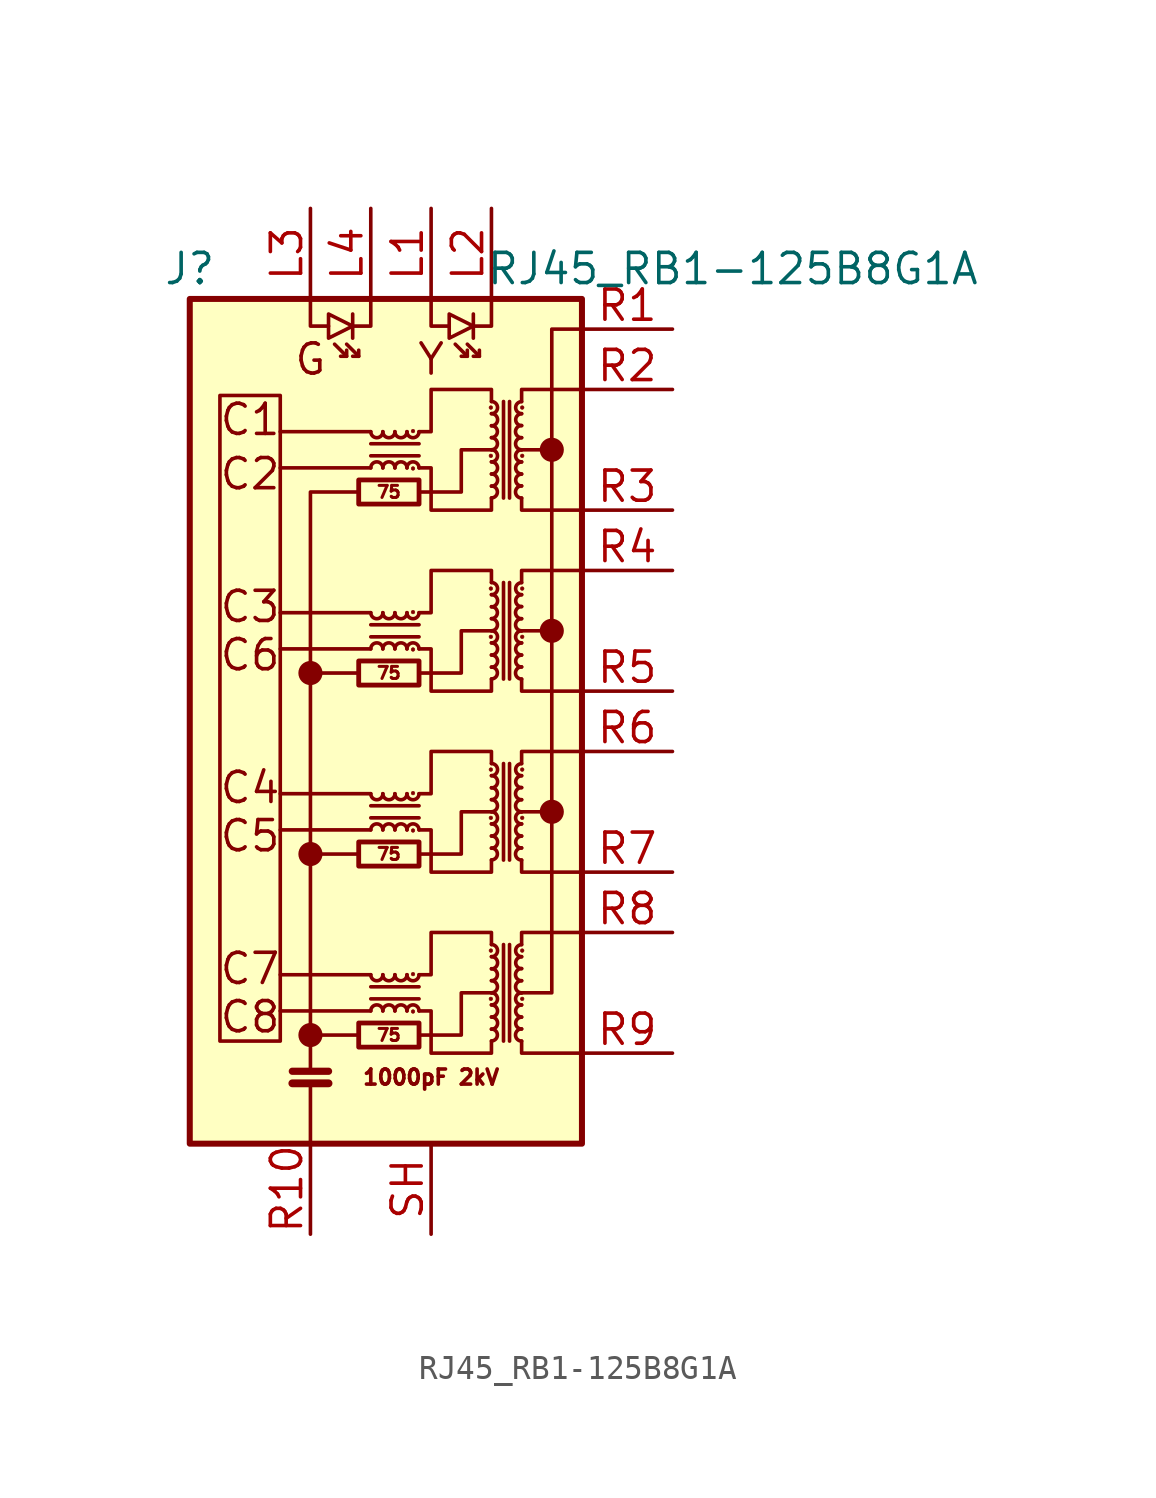
<source format=kicad_sym>
(kicad_symbol_lib
  (version 20241209)
  (generator "kicad_symbol_editor")
  (generator_version "9.0")
  (symbol "RJ45_RB1-125B8G1A"
    (pin_names
      (hide yes))
    (property "Reference" "J"
      (at -7.62 20.32 0)
      (effects (font (size 1.27 1.27))))
    (property "Value" "RJ45_RB1-125B8G1A"
      (at 15.24 20.32 0)
      (effects (font (size 1.27 1.27))))
    (symbol "RJ45_RB1-125B8G1A_0_0"
      (circle (center -2.54 3.302) (radius 0.0001) (stroke (width 0.508) (type default)) (fill (type none)))
      (circle (center -2.54 -4.318) (radius 0.0001) (stroke (width 0.508) (type default)) (fill (type none)))
      (circle (center -2.54 -11.938) (radius 0.0001) (stroke (width 0.508) (type default)) (fill (type none)))
      (polyline (pts (xy -0.508 -11.938) (xy -2.54 -11.938)) (stroke (width 0) (type default)) (fill (type none)))
      (polyline (pts (xy 0 13.462) (xy -3.81 13.462)) (stroke (width 0) (type default)) (fill (type none)))
      (polyline (pts (xy 0 11.938) (xy -3.81 11.938)) (stroke (width 0) (type default)) (fill (type none)))
      (polyline (pts (xy 0 5.842) (xy -3.81 5.842)) (stroke (width 0) (type default)) (fill (type none)))
      (polyline (pts (xy 0 4.318) (xy -3.81 4.318)) (stroke (width 0) (type default)) (fill (type none)))
      (polyline (pts (xy 0 -1.778) (xy -3.81 -1.778)) (stroke (width 0) (type default)) (fill (type none)))
      (polyline (pts (xy 0 -3.302) (xy -3.81 -3.302)) (stroke (width 0) (type default)) (fill (type none)))
      (polyline (pts (xy 0 -9.398) (xy -3.81 -9.398)) (stroke (width 0) (type default)) (fill (type none)))
      (polyline (pts (xy 0 -10.922) (xy -3.81 -10.922)) (stroke (width 0) (type default)) (fill (type none)))
      (polyline (pts (xy 2.032 10.922) (xy 3.81 10.922) (xy 3.81 12.7) (xy 5.08 12.7)) (stroke (width 0) (type default)) (fill (type none)))
      (polyline (pts (xy 2.032 3.302) (xy 3.81 3.302) (xy 3.81 5.08) (xy 5.08 5.08)) (stroke (width 0) (type default)) (fill (type none)))
      (polyline (pts (xy 2.032 -4.318) (xy 3.81 -4.318) (xy 3.81 -2.54) (xy 5.08 -2.54)) (stroke (width 0) (type default)) (fill (type none)))
      (polyline (pts (xy 2.032 -11.938) (xy 3.81 -11.938) (xy 3.81 -10.16) (xy 5.08 -10.16)) (stroke (width 0) (type default)) (fill (type none)))
      (polyline (pts (xy 6.35 5.08) (xy 7.62 5.08)) (stroke (width 0) (type default)) (fill (type none)))
      (polyline (pts (xy 7.62 12.7) (xy 6.35 12.7)) (stroke (width 0) (type default)) (fill (type none)))
      (circle (center 7.62 12.7) (radius 0.0001) (stroke (width 0.508) (type default)) (fill (type none)))
      (circle (center 7.62 5.08) (radius 0.0001) (stroke (width 0.508) (type default)) (fill (type none)))
      (polyline (pts (xy 7.62 -2.54) (xy 6.35 -2.54)) (stroke (width 0) (type default)) (fill (type none)))
      (circle (center 7.62 -2.54) (radius 0.0001) (stroke (width 0.508) (type default)) (fill (type none)))
      (text "C1" (at -5.08 13.97 0) (effects (font (size 1.27 1.27))))
      (text "C2" (at -5.08 11.684 0) (effects (font (size 1.27 1.27))))
      (text "C3" (at -5.08 6.096 0) (effects (font (size 1.27 1.27))))
      (text "C6" (at -5.08 4.064 0) (effects (font (size 1.27 1.27))))
      (text "C4" (at -5.08 -1.524 0) (effects (font (size 1.27 1.27))))
      (text "C5" (at -5.08 -3.556 0) (effects (font (size 1.27 1.27))))
      (text "C7" (at -5.08 -9.144 0) (effects (font (size 1.27 1.27))))
      (text "C8" (at -5.08 -11.176 0) (effects (font (size 1.27 1.27))))
      (text "G" (at -2.54 16.51 0) (effects (font (size 1.27 1.27))))
      (text "Y" (at 2.54 16.51 0) (effects (font (size 1.27 1.27))))
      (text "1000pF 2kV" (at 2.54 -13.716 0) (effects (font (size 0.635 0.635)))))
    (symbol "RJ45_RB1-125B8G1A_0_1"
      (rectangle (start -7.62 19.05) (end 8.89 -16.51) (stroke (width 0.254) (type default)) (fill (type background)))
      (rectangle (start -3.81 -12.192) (end -6.35 14.986) (stroke (width 0) (type default)) (fill (type none)))
      (polyline (pts (xy -3.302 -13.462) (xy -1.778 -13.462)) (stroke (width 0.305) (type default)) (fill (type none)))
      (polyline (pts (xy -3.302 -13.97) (xy -1.778 -13.97)) (stroke (width 0.33) (type default)) (fill (type none)))
      (polyline (pts (xy -2.54 19.05) (xy -2.54 17.907) (xy -1.778 17.907)) (stroke (width 0) (type default)) (fill (type none)))
      (polyline (pts (xy -2.54 3.302) (xy -0.508 3.302)) (stroke (width 0) (type default)) (fill (type none)))
      (polyline (pts (xy -2.54 -13.462) (xy -2.54 10.922) (xy -0.508 10.922)) (stroke (width 0) (type default)) (fill (type none)))
      (polyline (pts (xy -2.54 -16.51) (xy -2.54 -13.97)) (stroke (width 0) (type default)) (fill (type none)))
      (polyline (pts (xy -1.016 16.891) (xy -1.016 16.637) (xy -1.27 16.637)) (stroke (width 0) (type default)) (fill (type none)))
      (polyline (pts (xy -1.016 16.637) (xy -1.524 17.145)) (stroke (width 0) (type default)) (fill (type none)))
      (polyline (pts (xy -0.762 18.415) (xy -0.762 17.399)) (stroke (width 0) (type default)) (fill (type none)))
      (polyline (pts (xy -0.762 17.907) (xy -1.778 18.415) (xy -1.778 17.399) (xy -0.762 17.907)) (stroke (width 0) (type default)) (fill (type none)))
      (polyline (pts (xy -0.508 16.891) (xy -0.508 16.637) (xy -0.762 16.637)) (stroke (width 0) (type default)) (fill (type none)))
      (polyline (pts (xy -0.508 16.637) (xy -1.016 17.145)) (stroke (width 0) (type default)) (fill (type none)))
      (rectangle (start -0.508 10.414) (end 2.032 11.43) (stroke (width 0.203) (type default)) (fill (type none)))
      (rectangle (start -0.508 2.794) (end 2.032 3.81) (stroke (width 0.203) (type default)) (fill (type none)))
      (polyline (pts (xy -0.508 -4.318) (xy -2.54 -4.318)) (stroke (width 0) (type default)) (fill (type none)))
      (rectangle (start -0.508 -4.826) (end 2.032 -3.81) (stroke (width 0.203) (type default)) (fill (type none)))
      (rectangle (start -0.508 -12.446) (end 2.032 -11.43) (stroke (width 0.203) (type default)) (fill (type none)))
      (polyline (pts (xy 0 19.05) (xy 0 17.907) (xy -0.762 17.907)) (stroke (width 0) (type default)) (fill (type none)))
      (polyline (pts (xy 0 12.446) (xy 2.032 12.446)) (stroke (width 0) (type default)) (fill (type none)))
      (polyline (pts (xy 0 4.826) (xy 2.032 4.826)) (stroke (width 0) (type default)) (fill (type none)))
      (polyline (pts (xy 0 -2.794) (xy 2.032 -2.794)) (stroke (width 0) (type default)) (fill (type none)))
      (polyline (pts (xy 0 -10.414) (xy 2.032 -10.414)) (stroke (width 0) (type default)) (fill (type none)))
      (arc (start 0.508 13.462) (mid 0.254 13.2091) (end 0 13.462) (stroke (width 0) (type default)) (fill (type none)))
      (arc (start 0 11.938) (mid 0.254 12.1909) (end 0.508 11.938) (stroke (width 0) (type default)) (fill (type none)))
      (arc (start 0.508 5.842) (mid 0.254 5.5891) (end 0 5.842) (stroke (width 0) (type default)) (fill (type none)))
      (arc (start 0 4.318) (mid 0.254 4.5709) (end 0.508 4.318) (stroke (width 0) (type default)) (fill (type none)))
      (arc (start 0.508 -1.778) (mid 0.254 -2.0309) (end 0 -1.778) (stroke (width 0) (type default)) (fill (type none)))
      (arc (start 0 -3.302) (mid 0.254 -3.0491) (end 0.508 -3.302) (stroke (width 0) (type default)) (fill (type none)))
      (arc (start 0.508 -9.398) (mid 0.254 -9.6509) (end 0 -9.398) (stroke (width 0) (type default)) (fill (type none)))
      (arc (start 0 -10.922) (mid 0.254 -10.6691) (end 0.508 -10.922) (stroke (width 0) (type default)) (fill (type none)))
      (arc (start 1.016 13.462) (mid 0.762 13.2091) (end 0.508 13.462) (stroke (width 0) (type default)) (fill (type none)))
      (arc (start 0.508 11.938) (mid 0.762 12.1909) (end 1.016 11.938) (stroke (width 0) (type default)) (fill (type none)))
      (arc (start 1.016 5.842) (mid 0.762 5.5891) (end 0.508 5.842) (stroke (width 0) (type default)) (fill (type none)))
      (arc (start 0.508 4.318) (mid 0.762 4.5709) (end 1.016 4.318) (stroke (width 0) (type default)) (fill (type none)))
      (arc (start 1.016 -1.778) (mid 0.762 -2.0309) (end 0.508 -1.778) (stroke (width 0) (type default)) (fill (type none)))
      (arc (start 0.508 -3.302) (mid 0.762 -3.0491) (end 1.016 -3.302) (stroke (width 0) (type default)) (fill (type none)))
      (arc (start 1.016 -9.398) (mid 0.762 -9.6509) (end 0.508 -9.398) (stroke (width 0) (type default)) (fill (type none)))
      (arc (start 0.508 -10.922) (mid 0.762 -10.6691) (end 1.016 -10.922) (stroke (width 0) (type default)) (fill (type none)))
      (arc (start 1.524 13.462) (mid 1.27 13.2091) (end 1.016 13.462) (stroke (width 0) (type default)) (fill (type none)))
      (arc (start 1.016 11.938) (mid 1.27 12.1909) (end 1.524 11.938) (stroke (width 0) (type default)) (fill (type none)))
      (arc (start 1.524 5.842) (mid 1.27 5.5891) (end 1.016 5.842) (stroke (width 0) (type default)) (fill (type none)))
      (arc (start 1.016 4.318) (mid 1.27 4.5709) (end 1.524 4.318) (stroke (width 0) (type default)) (fill (type none)))
      (arc (start 1.524 -1.778) (mid 1.27 -2.0309) (end 1.016 -1.778) (stroke (width 0) (type default)) (fill (type none)))
      (arc (start 1.016 -3.302) (mid 1.27 -3.0491) (end 1.524 -3.302) (stroke (width 0) (type default)) (fill (type none)))
      (arc (start 1.524 -9.398) (mid 1.27 -9.6509) (end 1.016 -9.398) (stroke (width 0) (type default)) (fill (type none)))
      (arc (start 1.016 -10.922) (mid 1.27 -10.6691) (end 1.524 -10.922) (stroke (width 0) (type default)) (fill (type none)))
      (circle (center 1.778 13.487) (radius 0.076) (stroke (width 0.025) (type default)) (fill (type outline)))
      (arc (start 2.032 13.462) (mid 1.778 13.2091) (end 1.524 13.462) (stroke (width 0) (type default)) (fill (type none)))
      (arc (start 1.524 11.938) (mid 1.778 12.1909) (end 2.032 11.938) (stroke (width 0) (type default)) (fill (type none)))
      (circle (center 1.778 11.913) (radius 0.076) (stroke (width 0.025) (type default)) (fill (type outline)))
      (circle (center 1.778 5.867) (radius 0.076) (stroke (width 0.025) (type default)) (fill (type outline)))
      (arc (start 2.032 5.842) (mid 1.778 5.5891) (end 1.524 5.842) (stroke (width 0) (type default)) (fill (type none)))
      (arc (start 1.524 4.318) (mid 1.778 4.5709) (end 2.032 4.318) (stroke (width 0) (type default)) (fill (type none)))
      (circle (center 1.778 4.293) (radius 0.076) (stroke (width 0.025) (type default)) (fill (type outline)))
      (circle (center 1.778 -1.753) (radius 0.076) (stroke (width 0.025) (type default)) (fill (type outline)))
      (arc (start 2.032 -1.778) (mid 1.778 -2.0309) (end 1.524 -1.778) (stroke (width 0) (type default)) (fill (type none)))
      (arc (start 1.524 -3.302) (mid 1.778 -3.0491) (end 2.032 -3.302) (stroke (width 0) (type default)) (fill (type none)))
      (circle (center 1.778 -3.327) (radius 0.076) (stroke (width 0.025) (type default)) (fill (type outline)))
      (circle (center 1.778 -9.373) (radius 0.076) (stroke (width 0.025) (type default)) (fill (type outline)))
      (arc (start 2.032 -9.398) (mid 1.778 -9.6509) (end 1.524 -9.398) (stroke (width 0) (type default)) (fill (type none)))
      (arc (start 1.524 -10.922) (mid 1.778 -10.6691) (end 2.032 -10.922) (stroke (width 0) (type default)) (fill (type none)))
      (circle (center 1.778 -10.947) (radius 0.076) (stroke (width 0.025) (type default)) (fill (type outline)))
      (polyline (pts (xy 2.032 13.462) (xy 2.54 13.462) (xy 2.54 15.24) (xy 5.08 15.24) (xy 5.08 14.732)) (stroke (width 0) (type default)) (fill (type none)))
      (polyline (pts (xy 2.032 12.954) (xy 0 12.954)) (stroke (width 0) (type default)) (fill (type none)))
      (polyline (pts (xy 2.032 5.842) (xy 2.54 5.842) (xy 2.54 7.62) (xy 5.08 7.62) (xy 5.08 7.112)) (stroke (width 0) (type default)) (fill (type none)))
      (polyline (pts (xy 2.032 5.334) (xy 0 5.334)) (stroke (width 0) (type default)) (fill (type none)))
      (polyline (pts (xy 2.032 -1.778) (xy 2.54 -1.778) (xy 2.54 0) (xy 5.08 0) (xy 5.08 -0.508)) (stroke (width 0) (type default)) (fill (type none)))
      (polyline (pts (xy 2.032 -2.286) (xy 0 -2.286)) (stroke (width 0) (type default)) (fill (type none)))
      (polyline (pts (xy 2.032 -9.398) (xy 2.54 -9.398) (xy 2.54 -7.62) (xy 5.08 -7.62) (xy 5.08 -8.128)) (stroke (width 0) (type default)) (fill (type none)))
      (polyline (pts (xy 2.032 -9.906) (xy 0 -9.906)) (stroke (width 0) (type default)) (fill (type none)))
      (polyline (pts (xy 2.54 19.05) (xy 2.54 17.907) (xy 3.302 17.907)) (stroke (width 0) (type default)) (fill (type none)))
      (polyline (pts (xy 4.064 16.891) (xy 4.064 16.637) (xy 3.81 16.637)) (stroke (width 0) (type default)) (fill (type none)))
      (polyline (pts (xy 4.064 16.637) (xy 3.556 17.145)) (stroke (width 0) (type default)) (fill (type none)))
      (polyline (pts (xy 4.318 18.415) (xy 4.318 17.399)) (stroke (width 0) (type default)) (fill (type none)))
      (polyline (pts (xy 4.318 17.907) (xy 3.302 18.415) (xy 3.302 17.399) (xy 4.318 17.907)) (stroke (width 0) (type default)) (fill (type none)))
      (polyline (pts (xy 4.572 16.891) (xy 4.572 16.637) (xy 4.318 16.637)) (stroke (width 0) (type default)) (fill (type none)))
      (polyline (pts (xy 4.572 16.637) (xy 4.064 17.145)) (stroke (width 0) (type default)) (fill (type none)))
      (circle (center 5.055 14.478) (radius 0.076) (stroke (width 0.025) (type default)) (fill (type outline)))
      (circle (center 5.055 12.446) (radius 0.076) (stroke (width 0.025) (type default)) (fill (type outline)))
      (circle (center 5.055 6.858) (radius 0.076) (stroke (width 0.025) (type default)) (fill (type outline)))
      (circle (center 5.055 4.826) (radius 0.076) (stroke (width 0.025) (type default)) (fill (type outline)))
      (circle (center 5.055 -0.762) (radius 0.076) (stroke (width 0.025) (type default)) (fill (type outline)))
      (circle (center 5.055 -2.794) (radius 0.076) (stroke (width 0.025) (type default)) (fill (type outline)))
      (circle (center 5.055 -8.382) (radius 0.076) (stroke (width 0.025) (type default)) (fill (type outline)))
      (circle (center 5.055 -10.414) (radius 0.076) (stroke (width 0.025) (type default)) (fill (type outline)))
      (arc (start 5.08 14.224) (mid 5.3328 13.97) (end 5.08 13.716) (stroke (width 0) (type default)) (fill (type none)))
      (arc (start 5.08 11.684) (mid 5.3328 11.43) (end 5.08 11.176) (stroke (width 0) (type default)) (fill (type none)))
      (arc (start 5.08 6.604) (mid 5.3328 6.35) (end 5.08 6.096) (stroke (width 0) (type default)) (fill (type none)))
      (arc (start 5.08 4.064) (mid 5.3328 3.81) (end 5.08 3.556) (stroke (width 0) (type default)) (fill (type none)))
      (arc (start 5.08 -1.016) (mid 5.3328 -1.27) (end 5.08 -1.524) (stroke (width 0) (type default)) (fill (type none)))
      (arc (start 5.08 -3.556) (mid 5.3328 -3.81) (end 5.08 -4.064) (stroke (width 0) (type default)) (fill (type none)))
      (arc (start 5.08 -8.636) (mid 5.3328 -8.89) (end 5.08 -9.144) (stroke (width 0) (type default)) (fill (type none)))
      (arc (start 5.08 -11.176) (mid 5.3328 -11.43) (end 5.08 -11.684) (stroke (width 0) (type default)) (fill (type none)))
      (arc (start 5.08 14.732) (mid 5.333 14.478) (end 5.08 14.224) (stroke (width 0) (type default)) (fill (type none)))
      (arc (start 5.08 13.716) (mid 5.333 13.462) (end 5.08 13.208) (stroke (width 0) (type default)) (fill (type none)))
      (arc (start 5.08 13.208) (mid 5.333 12.954) (end 5.08 12.7) (stroke (width 0) (type default)) (fill (type none)))
      (arc (start 5.08 12.7) (mid 5.333 12.446) (end 5.08 12.192) (stroke (width 0) (type default)) (fill (type none)))
      (arc (start 5.08 12.192) (mid 5.333 11.938) (end 5.08 11.684) (stroke (width 0) (type default)) (fill (type none)))
      (arc (start 5.08 11.176) (mid 5.333 10.922) (end 5.08 10.668) (stroke (width 0) (type default)) (fill (type none)))
      (arc (start 5.08 7.112) (mid 5.333 6.858) (end 5.08 6.604) (stroke (width 0) (type default)) (fill (type none)))
      (arc (start 5.08 6.096) (mid 5.333 5.842) (end 5.08 5.588) (stroke (width 0) (type default)) (fill (type none)))
      (arc (start 5.08 5.588) (mid 5.333 5.334) (end 5.08 5.08) (stroke (width 0) (type default)) (fill (type none)))
      (arc (start 5.08 5.08) (mid 5.333 4.826) (end 5.08 4.572) (stroke (width 0) (type default)) (fill (type none)))
      (arc (start 5.08 4.572) (mid 5.333 4.318) (end 5.08 4.064) (stroke (width 0) (type default)) (fill (type none)))
      (arc (start 5.08 3.556) (mid 5.333 3.302) (end 5.08 3.048) (stroke (width 0) (type default)) (fill (type none)))
      (arc (start 5.08 -0.508) (mid 5.333 -0.762) (end 5.08 -1.016) (stroke (width 0) (type default)) (fill (type none)))
      (arc (start 5.08 -1.524) (mid 5.333 -1.778) (end 5.08 -2.032) (stroke (width 0) (type default)) (fill (type none)))
      (arc (start 5.08 -2.032) (mid 5.333 -2.286) (end 5.08 -2.54) (stroke (width 0) (type default)) (fill (type none)))
      (arc (start 5.08 -2.54) (mid 5.333 -2.794) (end 5.08 -3.048) (stroke (width 0) (type default)) (fill (type none)))
      (arc (start 5.08 -3.048) (mid 5.333 -3.302) (end 5.08 -3.556) (stroke (width 0) (type default)) (fill (type none)))
      (arc (start 5.08 -4.064) (mid 5.333 -4.318) (end 5.08 -4.572) (stroke (width 0) (type default)) (fill (type none)))
      (arc (start 5.08 -8.128) (mid 5.333 -8.382) (end 5.08 -8.636) (stroke (width 0) (type default)) (fill (type none)))
      (arc (start 5.08 -9.144) (mid 5.333 -9.398) (end 5.08 -9.652) (stroke (width 0) (type default)) (fill (type none)))
      (arc (start 5.08 -9.652) (mid 5.333 -9.906) (end 5.08 -10.16) (stroke (width 0) (type default)) (fill (type none)))
      (arc (start 5.08 -10.16) (mid 5.333 -10.414) (end 5.08 -10.668) (stroke (width 0) (type default)) (fill (type none)))
      (arc (start 5.08 -10.668) (mid 5.333 -10.922) (end 5.08 -11.176) (stroke (width 0) (type default)) (fill (type none)))
      (arc (start 5.08 -11.684) (mid 5.333 -11.938) (end 5.08 -12.192) (stroke (width 0) (type default)) (fill (type none)))
      (polyline (pts (xy 5.08 19.05) (xy 5.08 17.907) (xy 4.318 17.907)) (stroke (width 0) (type default)) (fill (type none)))
      (polyline (pts (xy 5.08 10.668) (xy 5.08 10.16) (xy 2.54 10.16) (xy 2.54 11.938) (xy 2.032 11.938)) (stroke (width 0) (type default)) (fill (type none)))
      (polyline (pts (xy 5.08 3.048) (xy 5.08 2.54) (xy 2.54 2.54) (xy 2.54 4.318) (xy 2.032 4.318)) (stroke (width 0) (type default)) (fill (type none)))
      (polyline (pts (xy 5.08 -4.572) (xy 5.08 -5.08) (xy 2.54 -5.08) (xy 2.54 -3.302) (xy 2.032 -3.302)) (stroke (width 0) (type default)) (fill (type none)))
      (polyline (pts (xy 5.08 -12.192) (xy 5.08 -12.7) (xy 2.54 -12.7) (xy 2.54 -10.922) (xy 2.032 -10.922)) (stroke (width 0) (type default)) (fill (type none)))
      (polyline (pts (xy 5.588 14.732) (xy 5.588 10.668)) (stroke (width 0) (type default)) (fill (type none)))
      (polyline (pts (xy 5.588 7.112) (xy 5.588 3.048)) (stroke (width 0) (type default)) (fill (type none)))
      (polyline (pts (xy 5.588 -0.508) (xy 5.588 -4.572)) (stroke (width 0) (type default)) (fill (type none)))
      (polyline (pts (xy 5.588 -8.128) (xy 5.588 -12.192)) (stroke (width 0) (type default)) (fill (type none)))
      (polyline (pts (xy 5.842 10.668) (xy 5.842 14.732)) (stroke (width 0) (type default)) (fill (type none)))
      (polyline (pts (xy 5.842 3.048) (xy 5.842 7.112)) (stroke (width 0) (type default)) (fill (type none)))
      (polyline (pts (xy 5.842 -4.572) (xy 5.842 -0.508)) (stroke (width 0) (type default)) (fill (type none)))
      (polyline (pts (xy 5.842 -12.192) (xy 5.842 -8.128)) (stroke (width 0) (type default)) (fill (type none)))
      (polyline (pts (xy 6.35 14.732) (xy 6.35 15.24) (xy 8.89 15.24)) (stroke (width 0) (type default)) (fill (type none)))
      (polyline (pts (xy 6.35 10.668) (xy 6.35 10.16) (xy 8.89 10.16)) (stroke (width 0) (type default)) (fill (type none)))
      (polyline (pts (xy 6.35 7.112) (xy 6.35 7.62) (xy 8.89 7.62)) (stroke (width 0) (type default)) (fill (type none)))
      (polyline (pts (xy 6.35 3.048) (xy 6.35 2.54) (xy 8.89 2.54)) (stroke (width 0) (type default)) (fill (type none)))
      (polyline (pts (xy 6.35 -0.508) (xy 6.35 0) (xy 8.89 0)) (stroke (width 0) (type default)) (fill (type none)))
      (polyline (pts (xy 6.35 -4.572) (xy 6.35 -5.08) (xy 8.89 -5.08)) (stroke (width 0) (type default)) (fill (type none)))
      (polyline (pts (xy 6.35 -8.128) (xy 6.35 -7.62) (xy 8.89 -7.62)) (stroke (width 0) (type default)) (fill (type none)))
      (polyline (pts (xy 6.35 -12.192) (xy 6.35 -12.7) (xy 8.89 -12.7)) (stroke (width 0) (type default)) (fill (type none)))
      (arc (start 6.35 14.224) (mid 6.097 14.478) (end 6.35 14.732) (stroke (width 0) (type default)) (fill (type none)))
      (arc (start 6.35 13.208) (mid 6.097 13.462) (end 6.35 13.716) (stroke (width 0) (type default)) (fill (type none)))
      (arc (start 6.35 12.7) (mid 6.097 12.954) (end 6.35 13.208) (stroke (width 0) (type default)) (fill (type none)))
      (arc (start 6.35 12.192) (mid 6.097 12.446) (end 6.35 12.7) (stroke (width 0) (type default)) (fill (type none)))
      (arc (start 6.35 11.684) (mid 6.097 11.938) (end 6.35 12.192) (stroke (width 0) (type default)) (fill (type none)))
      (arc (start 6.35 10.668) (mid 6.097 10.922) (end 6.35 11.176) (stroke (width 0) (type default)) (fill (type none)))
      (arc (start 6.35 6.604) (mid 6.097 6.858) (end 6.35 7.112) (stroke (width 0) (type default)) (fill (type none)))
      (arc (start 6.35 5.588) (mid 6.097 5.842) (end 6.35 6.096) (stroke (width 0) (type default)) (fill (type none)))
      (arc (start 6.35 5.08) (mid 6.097 5.334) (end 6.35 5.588) (stroke (width 0) (type default)) (fill (type none)))
      (arc (start 6.35 4.572) (mid 6.097 4.826) (end 6.35 5.08) (stroke (width 0) (type default)) (fill (type none)))
      (arc (start 6.35 4.064) (mid 6.097 4.318) (end 6.35 4.572) (stroke (width 0) (type default)) (fill (type none)))
      (arc (start 6.35 3.048) (mid 6.097 3.302) (end 6.35 3.556) (stroke (width 0) (type default)) (fill (type none)))
      (arc (start 6.35 -1.016) (mid 6.097 -0.762) (end 6.35 -0.508) (stroke (width 0) (type default)) (fill (type none)))
      (arc (start 6.35 -2.032) (mid 6.097 -1.778) (end 6.35 -1.524) (stroke (width 0) (type default)) (fill (type none)))
      (arc (start 6.35 -2.54) (mid 6.097 -2.286) (end 6.35 -2.032) (stroke (width 0) (type default)) (fill (type none)))
      (arc (start 6.35 -3.048) (mid 6.097 -2.794) (end 6.35 -2.54) (stroke (width 0) (type default)) (fill (type none)))
      (arc (start 6.35 -3.556) (mid 6.097 -3.302) (end 6.35 -3.048) (stroke (width 0) (type default)) (fill (type none)))
      (arc (start 6.35 -4.572) (mid 6.097 -4.318) (end 6.35 -4.064) (stroke (width 0) (type default)) (fill (type none)))
      (arc (start 6.35 -8.636) (mid 6.097 -8.382) (end 6.35 -8.128) (stroke (width 0) (type default)) (fill (type none)))
      (arc (start 6.35 -9.652) (mid 6.097 -9.398) (end 6.35 -9.144) (stroke (width 0) (type default)) (fill (type none)))
      (arc (start 6.35 -10.16) (mid 6.097 -9.906) (end 6.35 -9.652) (stroke (width 0) (type default)) (fill (type none)))
      (arc (start 6.35 -10.668) (mid 6.097 -10.414) (end 6.35 -10.16) (stroke (width 0) (type default)) (fill (type none)))
      (arc (start 6.35 -11.176) (mid 6.097 -10.922) (end 6.35 -10.668) (stroke (width 0) (type default)) (fill (type none)))
      (arc (start 6.35 -12.192) (mid 6.097 -11.938) (end 6.35 -11.684) (stroke (width 0) (type default)) (fill (type none)))
      (arc (start 6.35 13.716) (mid 6.0971 13.97) (end 6.35 14.224) (stroke (width 0) (type default)) (fill (type none)))
      (arc (start 6.35 11.176) (mid 6.0971 11.43) (end 6.35 11.684) (stroke (width 0) (type default)) (fill (type none)))
      (arc (start 6.35 6.096) (mid 6.0971 6.35) (end 6.35 6.604) (stroke (width 0) (type default)) (fill (type none)))
      (arc (start 6.35 3.556) (mid 6.0971 3.81) (end 6.35 4.064) (stroke (width 0) (type default)) (fill (type none)))
      (arc (start 6.35 -1.524) (mid 6.0971 -1.27) (end 6.35 -1.016) (stroke (width 0) (type default)) (fill (type none)))
      (arc (start 6.35 -4.064) (mid 6.0971 -3.81) (end 6.35 -3.556) (stroke (width 0) (type default)) (fill (type none)))
      (arc (start 6.35 -9.144) (mid 6.0971 -8.89) (end 6.35 -8.636) (stroke (width 0) (type default)) (fill (type none)))
      (arc (start 6.35 -11.684) (mid 6.0971 -11.43) (end 6.35 -11.176) (stroke (width 0) (type default)) (fill (type none)))
      (circle (center 6.375 14.478) (radius 0.076) (stroke (width 0.025) (type default)) (fill (type outline)))
      (circle (center 6.375 12.446) (radius 0.076) (stroke (width 0.025) (type default)) (fill (type outline)))
      (circle (center 6.375 6.858) (radius 0.076) (stroke (width 0.025) (type default)) (fill (type outline)))
      (circle (center 6.375 4.826) (radius 0.076) (stroke (width 0.025) (type default)) (fill (type outline)))
      (circle (center 6.375 -0.762) (radius 0.076) (stroke (width 0.025) (type default)) (fill (type outline)))
      (circle (center 6.375 -2.794) (radius 0.076) (stroke (width 0.025) (type default)) (fill (type outline)))
      (circle (center 6.375 -8.382) (radius 0.076) (stroke (width 0.025) (type default)) (fill (type outline)))
      (circle (center 6.375 -10.414) (radius 0.076) (stroke (width 0.025) (type default)) (fill (type outline)))
      (polyline (pts (xy 8.89 17.78) (xy 7.62 17.78) (xy 7.62 -10.16) (xy 6.35 -10.16)) (stroke (width 0) (type default)) (fill (type none)))
      (pin power_in line (at -2.54 -20.32 90) (length 3.81) (name "GND" (effects (font (size 1.27 1.27)))) (number "R10" (effects (font (size 1.27 1.27))))))
    (symbol "RJ45_RB1-125B8G1A_1_0"
      (text "75" (at 0.762 10.922 0) (effects (font (size 0.508 0.508))))
      (text "75" (at 0.762 3.302 0) (effects (font (size 0.508 0.508))))
      (text "75" (at 0.762 -4.318 0) (effects (font (size 0.508 0.508))))
      (text "75" (at 0.762 -11.938 0) (effects (font (size 0.508 0.508)))))
    (symbol "RJ45_RB1-125B8G1A_1_1"
      (pin passive line (at -2.54 22.86 270) (length 3.81) (name "~" (effects (font (size 1.27 1.27)))) (number "L3" (effects (font (size 1.27 1.27)))))
      (pin passive line (at 0 22.86 270) (length 3.81) (name "~" (effects (font (size 1.27 1.27)))) (number "L4" (effects (font (size 1.27 1.27)))))
      (pin passive line (at 2.54 22.86 270) (length 3.81) (name "~" (effects (font (size 1.27 1.27)))) (number "L1" (effects (font (size 1.27 1.27)))))
      (pin passive line (at 2.54 -20.32 90) (length 3.81) (name "SH" (effects (font (size 1.27 1.27)))) (number "SH" (effects (font (size 1.27 1.27)))))
      (pin passive line (at 5.08 22.86 270) (length 3.81) (name "~" (effects (font (size 1.27 1.27)))) (number "L2" (effects (font (size 1.27 1.27)))))
      (pin passive line (at 12.7 17.78 180) (length 3.81) (name "CT" (effects (font (size 1.27 1.27)))) (number "R1" (effects (font (size 1.27 1.27)))))
      (pin passive line (at 12.7 15.24 180) (length 3.81) (name "TD1+" (effects (font (size 1.27 1.27)))) (number "R2" (effects (font (size 1.27 1.27)))))
      (pin passive line (at 12.7 10.16 180) (length 3.81) (name "TD1-" (effects (font (size 1.27 1.27)))) (number "R3" (effects (font (size 1.27 1.27)))))
      (pin passive line (at 12.7 7.62 180) (length 3.81) (name "TD2+" (effects (font (size 1.27 1.27)))) (number "R4" (effects (font (size 1.27 1.27)))))
      (pin passive line (at 12.7 2.54 180) (length 3.81) (name "TD2-" (effects (font (size 1.27 1.27)))) (number "R5" (effects (font (size 1.27 1.27)))))
      (pin passive line (at 12.7 0 180) (length 3.81) (name "TD3+" (effects (font (size 1.27 1.27)))) (number "R6" (effects (font (size 1.27 1.27)))))
      (pin passive line (at 12.7 -5.08 180) (length 3.81) (name "TD3-" (effects (font (size 1.27 1.27)))) (number "R7" (effects (font (size 1.27 1.27)))))
      (pin passive line (at 12.7 -7.62 180) (length 3.81) (name "TD4+" (effects (font (size 1.27 1.27)))) (number "R8" (effects (font (size 1.27 1.27)))))
      (pin passive line (at 12.7 -12.7 180) (length 3.81) (name "TD4-" (effects (font (size 1.27 1.27)))) (number "R9" (effects (font (size 1.27 1.27))))))))
</source>
